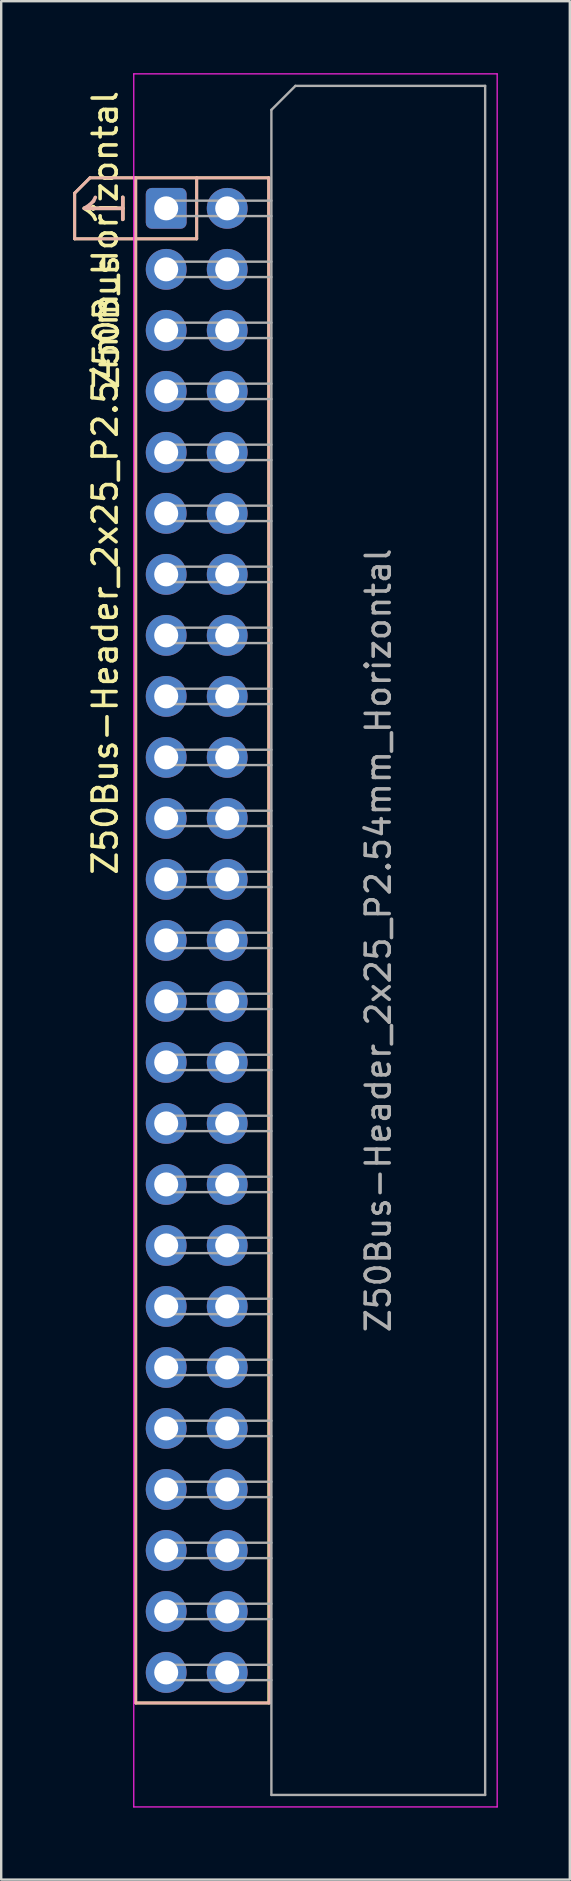
<source format=kicad_pcb>
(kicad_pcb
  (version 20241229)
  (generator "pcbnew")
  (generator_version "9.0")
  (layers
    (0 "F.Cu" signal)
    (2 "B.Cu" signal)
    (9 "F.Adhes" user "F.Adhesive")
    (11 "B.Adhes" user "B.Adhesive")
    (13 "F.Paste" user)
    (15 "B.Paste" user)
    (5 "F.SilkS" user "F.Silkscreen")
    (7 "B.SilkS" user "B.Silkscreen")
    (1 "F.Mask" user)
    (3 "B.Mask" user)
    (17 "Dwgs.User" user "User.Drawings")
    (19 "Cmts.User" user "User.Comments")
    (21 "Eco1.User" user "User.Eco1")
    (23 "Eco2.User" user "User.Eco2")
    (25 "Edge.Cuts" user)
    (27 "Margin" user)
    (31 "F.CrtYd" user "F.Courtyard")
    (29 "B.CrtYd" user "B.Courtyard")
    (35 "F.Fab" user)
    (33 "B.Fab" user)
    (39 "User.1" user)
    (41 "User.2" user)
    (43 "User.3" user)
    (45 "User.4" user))
  (footprint "Z50Bus-Header_2x25_P2.54mm_Horizontal"
    (layer "F.Cu")
    (at 3.87 5.625)
    (property "Reference" "Z50Bus-Header_2x25_P2.54mm_Horizontal" (at -2.54 11.43 90) (layer "F.SilkS") (effects (font (size 1 1) (thickness 0.15))))
    (attr through_hole)
    (fp_line (start -3.81 -0.635) (end -3.81 1.27) (stroke (width 0.12) (type solid)) (layer "F.SilkS"))
    (fp_line (start -3.81 1.27) (end 1.27 1.27) (stroke (width 0.12) (type solid)) (layer "F.SilkS"))
    (fp_line (start -3.175 -1.27) (end -3.81 -0.635) (stroke (width 0.12) (type solid)) (layer "F.SilkS"))
    (fp_line (start -1.27 -1.27) (end -1.27 62.23) (stroke (width 0.12) (type solid)) (layer "F.SilkS"))
    (fp_line (start -1.27 62.23) (end 4.27 62.23) (stroke (width 0.12) (type solid)) (layer "F.SilkS"))
    (fp_line (start 1.27 -1.27) (end 1.27 1.27) (stroke (width 0.12) (type solid)) (layer "F.SilkS"))
    (fp_line (start 4.27 -1.27) (end -3.175 -1.27) (stroke (width 0.12) (type solid)) (layer "F.SilkS"))
    (fp_line (start 4.27 62.23) (end 4.27 -1.27) (stroke (width 0.12) (type solid)) (layer "F.SilkS"))
    (fp_line (start -3.81 -0.635) (end -3.81 1.27) (stroke (width 0.12) (type solid)) (layer "B.SilkS"))
    (fp_line (start -3.81 1.27) (end 1.27 1.27) (stroke (width 0.12) (type solid)) (layer "B.SilkS"))
    (fp_line (start -3.175 -1.27) (end -3.81 -0.635) (stroke (width 0.12) (type solid)) (layer "B.SilkS"))
    (fp_line (start -1.27 -1.27) (end -1.27 62.23) (stroke (width 0.12) (type solid)) (layer "B.SilkS"))
    (fp_line (start -1.24 62.23) (end 4.3 62.23) (stroke (width 0.12) (type solid)) (layer "B.SilkS"))
    (fp_line (start 1.27 -1.27) (end 1.27 1.27) (stroke (width 0.12) (type solid)) (layer "B.SilkS"))
    (fp_line (start 4.27 -1.27) (end -3.175 -1.27) (stroke (width 0.12) (type solid)) (layer "B.SilkS"))
    (fp_line (start 4.3 62.23) (end 4.27 -1.27) (stroke (width 0.12) (type solid)) (layer "B.SilkS"))
    (fp_line (start -1.35 -5.6) (end -1.35 66.56) (stroke (width 0.05) (type solid)) (layer "F.CrtYd"))
    (fp_line (start -1.35 66.56) (end 13.78 66.56) (stroke (width 0.05) (type solid)) (layer "F.CrtYd"))
    (fp_line (start 13.78 -5.6) (end -1.35 -5.6) (stroke (width 0.05) (type solid)) (layer "F.CrtYd"))
    (fp_line (start 13.78 66.56) (end 13.78 -5.6) (stroke (width 0.05) (type solid)) (layer "F.CrtYd"))
    (fp_line (start -0.32 -0.32) (end -0.32 0.32) (stroke (width 0.1) (type solid)) (layer "F.Fab"))
    (fp_line (start -0.32 0.32) (end 4.38 0.32) (stroke (width 0.1) (type solid)) (layer "F.Fab"))
    (fp_line (start -0.32 2.22) (end -0.32 2.86) (stroke (width 0.1) (type solid)) (layer "F.Fab"))
    (fp_line (start -0.32 2.86) (end 4.38 2.86) (stroke (width 0.1) (type solid)) (layer "F.Fab"))
    (fp_line (start -0.32 4.76) (end -0.32 5.4) (stroke (width 0.1) (type solid)) (layer "F.Fab"))
    (fp_line (start -0.32 5.4) (end 4.38 5.4) (stroke (width 0.1) (type solid)) (layer "F.Fab"))
    (fp_line (start -0.32 7.3) (end -0.32 7.94) (stroke (width 0.1) (type solid)) (layer "F.Fab"))
    (fp_line (start -0.32 7.94) (end 4.38 7.94) (stroke (width 0.1) (type solid)) (layer "F.Fab"))
    (fp_line (start -0.32 9.84) (end -0.32 10.48) (stroke (width 0.1) (type solid)) (layer "F.Fab"))
    (fp_line (start -0.32 10.48) (end 4.38 10.48) (stroke (width 0.1) (type solid)) (layer "F.Fab"))
    (fp_line (start -0.32 12.38) (end -0.32 13.02) (stroke (width 0.1) (type solid)) (layer "F.Fab"))
    (fp_line (start -0.32 13.02) (end 4.38 13.02) (stroke (width 0.1) (type solid)) (layer "F.Fab"))
    (fp_line (start -0.32 14.92) (end -0.32 15.56) (stroke (width 0.1) (type solid)) (layer "F.Fab"))
    (fp_line (start -0.32 15.56) (end 4.38 15.56) (stroke (width 0.1) (type solid)) (layer "F.Fab"))
    (fp_line (start -0.32 17.46) (end -0.32 18.1) (stroke (width 0.1) (type solid)) (layer "F.Fab"))
    (fp_line (start -0.32 18.1) (end 4.38 18.1) (stroke (width 0.1) (type solid)) (layer "F.Fab"))
    (fp_line (start -0.32 20) (end -0.32 20.64) (stroke (width 0.1) (type solid)) (layer "F.Fab"))
    (fp_line (start -0.32 20.64) (end 4.38 20.64) (stroke (width 0.1) (type solid)) (layer "F.Fab"))
    (fp_line (start -0.32 22.54) (end -0.32 23.18) (stroke (width 0.1) (type solid)) (layer "F.Fab"))
    (fp_line (start -0.32 23.18) (end 4.38 23.18) (stroke (width 0.1) (type solid)) (layer "F.Fab"))
    (fp_line (start -0.32 25.08) (end -0.32 25.72) (stroke (width 0.1) (type solid)) (layer "F.Fab"))
    (fp_line (start -0.32 25.72) (end 4.38 25.72) (stroke (width 0.1) (type solid)) (layer "F.Fab"))
    (fp_line (start -0.32 27.62) (end -0.32 28.26) (stroke (width 0.1) (type solid)) (layer "F.Fab"))
    (fp_line (start -0.32 28.26) (end 4.38 28.26) (stroke (width 0.1) (type solid)) (layer "F.Fab"))
    (fp_line (start -0.32 30.16) (end -0.32 30.8) (stroke (width 0.1) (type solid)) (layer "F.Fab"))
    (fp_line (start -0.32 30.8) (end 4.38 30.8) (stroke (width 0.1) (type solid)) (layer "F.Fab"))
    (fp_line (start -0.32 32.7) (end -0.32 33.34) (stroke (width 0.1) (type solid)) (layer "F.Fab"))
    (fp_line (start -0.32 33.34) (end 4.38 33.34) (stroke (width 0.1) (type solid)) (layer "F.Fab"))
    (fp_line (start -0.32 35.24) (end -0.32 35.88) (stroke (width 0.1) (type solid)) (layer "F.Fab"))
    (fp_line (start -0.32 35.88) (end 4.38 35.88) (stroke (width 0.1) (type solid)) (layer "F.Fab"))
    (fp_line (start -0.32 37.78) (end -0.32 38.42) (stroke (width 0.1) (type solid)) (layer "F.Fab"))
    (fp_line (start -0.32 38.42) (end 4.38 38.42) (stroke (width 0.1) (type solid)) (layer "F.Fab"))
    (fp_line (start -0.32 40.32) (end -0.32 40.96) (stroke (width 0.1) (type solid)) (layer "F.Fab"))
    (fp_line (start -0.32 40.96) (end 4.38 40.96) (stroke (width 0.1) (type solid)) (layer "F.Fab"))
    (fp_line (start -0.32 42.86) (end -0.32 43.5) (stroke (width 0.1) (type solid)) (layer "F.Fab"))
    (fp_line (start -0.32 43.5) (end 4.38 43.5) (stroke (width 0.1) (type solid)) (layer "F.Fab"))
    (fp_line (start -0.32 45.4) (end -0.32 46.04) (stroke (width 0.1) (type solid)) (layer "F.Fab"))
    (fp_line (start -0.32 46.04) (end 4.38 46.04) (stroke (width 0.1) (type solid)) (layer "F.Fab"))
    (fp_line (start -0.32 47.94) (end -0.32 48.58) (stroke (width 0.1) (type solid)) (layer "F.Fab"))
    (fp_line (start -0.32 48.58) (end 4.38 48.58) (stroke (width 0.1) (type solid)) (layer "F.Fab"))
    (fp_line (start -0.32 50.48) (end -0.32 51.12) (stroke (width 0.1) (type solid)) (layer "F.Fab"))
    (fp_line (start -0.32 51.12) (end 4.38 51.12) (stroke (width 0.1) (type solid)) (layer "F.Fab"))
    (fp_line (start -0.32 53.02) (end -0.32 53.66) (stroke (width 0.1) (type solid)) (layer "F.Fab"))
    (fp_line (start -0.32 53.66) (end 4.38 53.66) (stroke (width 0.1) (type solid)) (layer "F.Fab"))
    (fp_line (start -0.32 55.56) (end -0.32 56.2) (stroke (width 0.1) (type solid)) (layer "F.Fab"))
    (fp_line (start -0.32 56.2) (end 4.38 56.2) (stroke (width 0.1) (type solid)) (layer "F.Fab"))
    (fp_line (start -0.32 58.1) (end -0.32 58.74) (stroke (width 0.1) (type solid)) (layer "F.Fab"))
    (fp_line (start -0.32 58.74) (end 4.38 58.74) (stroke (width 0.1) (type solid)) (layer "F.Fab"))
    (fp_line (start -0.32 60.64) (end -0.32 61.28) (stroke (width 0.1) (type solid)) (layer "F.Fab"))
    (fp_line (start -0.32 61.28) (end 4.38 61.28) (stroke (width 0.1) (type solid)) (layer "F.Fab"))
    (fp_line (start 4.38 -4.1) (end 5.38 -5.1) (stroke (width 0.1) (type solid)) (layer "F.Fab"))
    (fp_line (start 4.38 -0.32) (end -0.32 -0.32) (stroke (width 0.1) (type solid)) (layer "F.Fab"))
    (fp_line (start 4.38 2.22) (end -0.32 2.22) (stroke (width 0.1) (type solid)) (layer "F.Fab"))
    (fp_line (start 4.38 4.76) (end -0.32 4.76) (stroke (width 0.1) (type solid)) (layer "F.Fab"))
    (fp_line (start 4.38 7.3) (end -0.32 7.3) (stroke (width 0.1) (type solid)) (layer "F.Fab"))
    (fp_line (start 4.38 9.84) (end -0.32 9.84) (stroke (width 0.1) (type solid)) (layer "F.Fab"))
    (fp_line (start 4.38 12.38) (end -0.32 12.38) (stroke (width 0.1) (type solid)) (layer "F.Fab"))
    (fp_line (start 4.38 14.92) (end -0.32 14.92) (stroke (width 0.1) (type solid)) (layer "F.Fab"))
    (fp_line (start 4.38 17.46) (end -0.32 17.46) (stroke (width 0.1) (type solid)) (layer "F.Fab"))
    (fp_line (start 4.38 20) (end -0.32 20) (stroke (width 0.1) (type solid)) (layer "F.Fab"))
    (fp_line (start 4.38 22.54) (end -0.32 22.54) (stroke (width 0.1) (type solid)) (layer "F.Fab"))
    (fp_line (start 4.38 25.08) (end -0.32 25.08) (stroke (width 0.1) (type solid)) (layer "F.Fab"))
    (fp_line (start 4.38 27.62) (end -0.32 27.62) (stroke (width 0.1) (type solid)) (layer "F.Fab"))
    (fp_line (start 4.38 30.16) (end -0.32 30.16) (stroke (width 0.1) (type solid)) (layer "F.Fab"))
    (fp_line (start 4.38 32.7) (end -0.32 32.7) (stroke (width 0.1) (type solid)) (layer "F.Fab"))
    (fp_line (start 4.38 35.24) (end -0.32 35.24) (stroke (width 0.1) (type solid)) (layer "F.Fab"))
    (fp_line (start 4.38 37.78) (end -0.32 37.78) (stroke (width 0.1) (type solid)) (layer "F.Fab"))
    (fp_line (start 4.38 40.32) (end -0.32 40.32) (stroke (width 0.1) (type solid)) (layer "F.Fab"))
    (fp_line (start 4.38 42.86) (end -0.32 42.86) (stroke (width 0.1) (type solid)) (layer "F.Fab"))
    (fp_line (start 4.38 45.4) (end -0.32 45.4) (stroke (width 0.1) (type solid)) (layer "F.Fab"))
    (fp_line (start 4.38 47.94) (end -0.32 47.94) (stroke (width 0.1) (type solid)) (layer "F.Fab"))
    (fp_line (start 4.38 50.48) (end -0.32 50.48) (stroke (width 0.1) (type solid)) (layer "F.Fab"))
    (fp_line (start 4.38 53.02) (end -0.32 53.02) (stroke (width 0.1) (type solid)) (layer "F.Fab"))
    (fp_line (start 4.38 55.56) (end -0.32 55.56) (stroke (width 0.1) (type solid)) (layer "F.Fab"))
    (fp_line (start 4.38 58.1) (end -0.32 58.1) (stroke (width 0.1) (type solid)) (layer "F.Fab"))
    (fp_line (start 4.38 60.64) (end -0.32 60.64) (stroke (width 0.1) (type solid)) (layer "F.Fab"))
    (fp_line (start 4.38 66.06) (end 4.38 -4.1) (stroke (width 0.1) (type solid)) (layer "F.Fab"))
    (fp_line (start 5.38 -5.1) (end 13.28 -5.1) (stroke (width 0.1) (type solid)) (layer "F.Fab"))
    (fp_line (start 13.28 -5.1) (end 13.28 66.06) (stroke (width 0.1) (type solid)) (layer "F.Fab"))
    (fp_line (start 13.28 66.06) (end 4.38 66.06) (stroke (width 0.1) (type solid)) (layer "F.Fab"))
    (fp_text user "Z50Bus" (at -1.905 7.62 90) (unlocked yes) (layer "F.SilkS") (effects (font (size 1 1) (thickness 0.15)) (justify left bottom)))
    (fp_text user "1" (at -2.54 0 90) (unlocked yes) (layer "F.SilkS") (effects (font (size 1.6 1.6) (thickness 0.15))))
    (fp_text user "1" (at -2.54 0 90) (unlocked yes) (layer "B.SilkS") (effects (font (size 1.6 1.6) (thickness 0.15)) (justify mirror)))
    (fp_text user "${REFERENCE}" (at 8.83 30.48 90) (layer "F.Fab") (effects (font (size 1 1) (thickness 0.15))))
    (pad "1" thru_hole roundrect (at 0 0) (size 1.7 1.7) (drill 1) (layers "*.Cu" "*.Mask") (roundrect_rratio 0.147))
    (pad "2" thru_hole circle (at 2.54 0) (size 1.7 1.7) (drill 1) (layers "*.Cu" "*.Mask"))
    (pad "3" thru_hole circle (at 0 2.54) (size 1.7 1.7) (drill 1) (layers "*.Cu" "*.Mask"))
    (pad "4" thru_hole circle (at 2.54 2.54) (size 1.7 1.7) (drill 1) (layers "*.Cu" "*.Mask"))
    (pad "5" thru_hole circle (at 0 5.08) (size 1.7 1.7) (drill 1) (layers "*.Cu" "*.Mask"))
    (pad "6" thru_hole circle (at 2.54 5.08) (size 1.7 1.7) (drill 1) (layers "*.Cu" "*.Mask"))
    (pad "7" thru_hole circle (at 0 7.62) (size 1.7 1.7) (drill 1) (layers "*.Cu" "*.Mask"))
    (pad "8" thru_hole circle (at 2.54 7.62) (size 1.7 1.7) (drill 1) (layers "*.Cu" "*.Mask"))
    (pad "9" thru_hole circle (at 0 10.16) (size 1.7 1.7) (drill 1) (layers "*.Cu" "*.Mask"))
    (pad "10" thru_hole circle (at 2.54 10.16) (size 1.7 1.7) (drill 1) (layers "*.Cu" "*.Mask"))
    (pad "11" thru_hole circle (at 0 12.7) (size 1.7 1.7) (drill 1) (layers "*.Cu" "*.Mask"))
    (pad "12" thru_hole circle (at 2.54 12.7) (size 1.7 1.7) (drill 1) (layers "*.Cu" "*.Mask"))
    (pad "13" thru_hole circle (at 0 15.24) (size 1.7 1.7) (drill 1) (layers "*.Cu" "*.Mask"))
    (pad "14" thru_hole circle (at 2.54 15.24) (size 1.7 1.7) (drill 1) (layers "*.Cu" "*.Mask"))
    (pad "15" thru_hole circle (at 0 17.78) (size 1.7 1.7) (drill 1) (layers "*.Cu" "*.Mask"))
    (pad "16" thru_hole circle (at 2.54 17.78) (size 1.7 1.7) (drill 1) (layers "*.Cu" "*.Mask"))
    (pad "17" thru_hole circle (at 0 20.32) (size 1.7 1.7) (drill 1) (layers "*.Cu" "*.Mask"))
    (pad "18" thru_hole circle (at 2.54 20.32) (size 1.7 1.7) (drill 1) (layers "*.Cu" "*.Mask"))
    (pad "19" thru_hole circle (at 0 22.86) (size 1.7 1.7) (drill 1) (layers "*.Cu" "*.Mask"))
    (pad "20" thru_hole circle (at 2.54 22.86) (size 1.7 1.7) (drill 1) (layers "*.Cu" "*.Mask"))
    (pad "21" thru_hole circle (at 0 25.4) (size 1.7 1.7) (drill 1) (layers "*.Cu" "*.Mask"))
    (pad "22" thru_hole circle (at 2.54 25.4) (size 1.7 1.7) (drill 1) (layers "*.Cu" "*.Mask"))
    (pad "23" thru_hole circle (at 0 27.94) (size 1.7 1.7) (drill 1) (layers "*.Cu" "*.Mask"))
    (pad "24" thru_hole circle (at 2.54 27.94) (size 1.7 1.7) (drill 1) (layers "*.Cu" "*.Mask"))
    (pad "25" thru_hole circle (at 0 30.48) (size 1.7 1.7) (drill 1) (layers "*.Cu" "*.Mask"))
    (pad "26" thru_hole circle (at 2.54 30.48) (size 1.7 1.7) (drill 1) (layers "*.Cu" "*.Mask"))
    (pad "27" thru_hole circle (at 0 33.02) (size 1.7 1.7) (drill 1) (layers "*.Cu" "*.Mask"))
    (pad "28" thru_hole circle (at 2.54 33.02) (size 1.7 1.7) (drill 1) (layers "*.Cu" "*.Mask"))
    (pad "29" thru_hole circle (at 0 35.56) (size 1.7 1.7) (drill 1) (layers "*.Cu" "*.Mask"))
    (pad "30" thru_hole circle (at 2.54 35.56) (size 1.7 1.7) (drill 1) (layers "*.Cu" "*.Mask"))
    (pad "31" thru_hole circle (at 0 38.1) (size 1.7 1.7) (drill 1) (layers "*.Cu" "*.Mask"))
    (pad "32" thru_hole circle (at 2.54 38.1) (size 1.7 1.7) (drill 1) (layers "*.Cu" "*.Mask"))
    (pad "33" thru_hole circle (at 0 40.64) (size 1.7 1.7) (drill 1) (layers "*.Cu" "*.Mask"))
    (pad "34" thru_hole circle (at 2.54 40.64) (size 1.7 1.7) (drill 1) (layers "*.Cu" "*.Mask"))
    (pad "35" thru_hole circle (at 0 43.18) (size 1.7 1.7) (drill 1) (layers "*.Cu" "*.Mask"))
    (pad "36" thru_hole circle (at 2.54 43.18) (size 1.7 1.7) (drill 1) (layers "*.Cu" "*.Mask"))
    (pad "37" thru_hole circle (at 0 45.72) (size 1.7 1.7) (drill 1) (layers "*.Cu" "*.Mask"))
    (pad "38" thru_hole circle (at 2.54 45.72) (size 1.7 1.7) (drill 1) (layers "*.Cu" "*.Mask"))
    (pad "39" thru_hole circle (at 0 48.26) (size 1.7 1.7) (drill 1) (layers "*.Cu" "*.Mask"))
    (pad "40" thru_hole circle (at 2.54 48.26) (size 1.7 1.7) (drill 1) (layers "*.Cu" "*.Mask"))
    (pad "41" thru_hole circle (at 0 50.8) (size 1.7 1.7) (drill 1) (layers "*.Cu" "*.Mask"))
    (pad "42" thru_hole circle (at 2.54 50.8) (size 1.7 1.7) (drill 1) (layers "*.Cu" "*.Mask"))
    (pad "43" thru_hole circle (at 0 53.34) (size 1.7 1.7) (drill 1) (layers "*.Cu" "*.Mask"))
    (pad "44" thru_hole circle (at 2.54 53.34) (size 1.7 1.7) (drill 1) (layers "*.Cu" "*.Mask"))
    (pad "45" thru_hole circle (at 0 55.88) (size 1.7 1.7) (drill 1) (layers "*.Cu" "*.Mask"))
    (pad "46" thru_hole circle (at 2.54 55.88) (size 1.7 1.7) (drill 1) (layers "*.Cu" "*.Mask"))
    (pad "47" thru_hole circle (at 0 58.42) (size 1.7 1.7) (drill 1) (layers "*.Cu" "*.Mask"))
    (pad "48" thru_hole circle (at 2.54 58.42) (size 1.7 1.7) (drill 1) (layers "*.Cu" "*.Mask"))
    (pad "49" thru_hole circle (at 0 60.96) (size 1.7 1.7) (drill 1) (layers "*.Cu" "*.Mask"))
    (pad "50" thru_hole circle (at 2.54 60.96) (size 1.7 1.7) (drill 1) (layers "*.Cu" "*.Mask")))
  (gr_rect
    (start -3 -3)
    (end 20.675 75.21)
    (stroke (width 0.1) (type default))
    (fill no)
    (layer "Edge.Cuts")))
</source>
